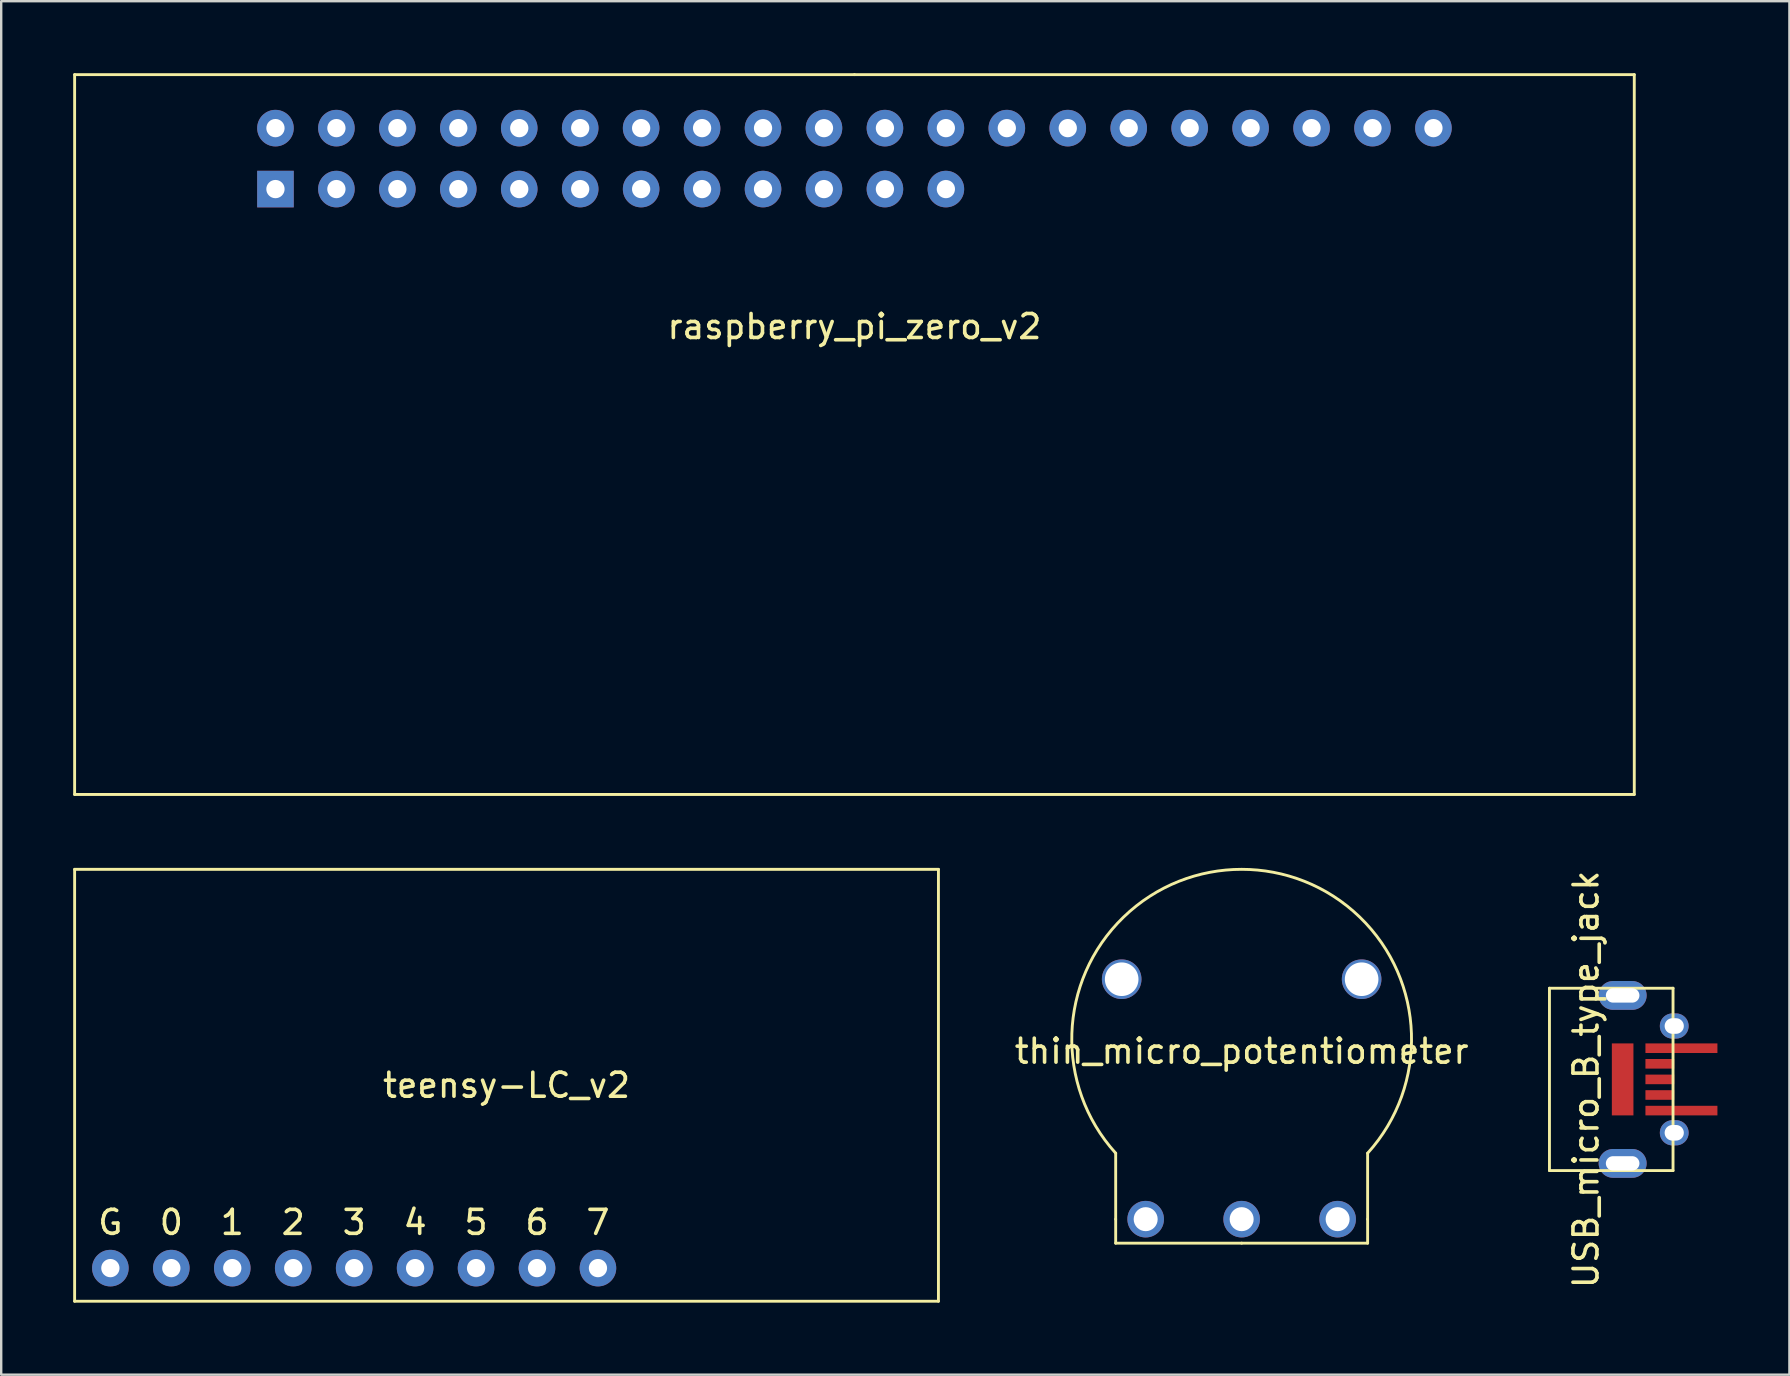
<source format=kicad_pcb>
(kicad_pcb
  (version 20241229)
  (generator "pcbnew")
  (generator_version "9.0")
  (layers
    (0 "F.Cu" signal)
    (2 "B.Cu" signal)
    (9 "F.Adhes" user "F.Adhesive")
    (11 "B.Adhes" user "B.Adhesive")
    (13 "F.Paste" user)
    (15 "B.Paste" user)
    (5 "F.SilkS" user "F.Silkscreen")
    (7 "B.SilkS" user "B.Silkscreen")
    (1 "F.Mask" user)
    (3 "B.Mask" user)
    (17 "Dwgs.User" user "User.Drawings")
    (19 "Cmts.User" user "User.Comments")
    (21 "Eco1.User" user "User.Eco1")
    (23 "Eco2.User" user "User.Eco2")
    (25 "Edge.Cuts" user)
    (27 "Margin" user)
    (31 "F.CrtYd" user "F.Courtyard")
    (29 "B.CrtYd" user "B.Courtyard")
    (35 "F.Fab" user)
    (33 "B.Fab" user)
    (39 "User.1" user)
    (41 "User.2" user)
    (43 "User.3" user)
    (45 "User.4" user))
  (footprint "USB_micro_B_type_jack"
    (layer "F.Cu")
    (at 61.525 41.935)
    (property "Reference" "USB_micro_B_type_jack" (at 1.524 0 90) (layer "F.SilkS") (effects (font (size 1 1) (thickness 0.15))))
    (attr through_hole)
    (fp_line (start 0 -3.8) (end 0 3.8) (stroke (width 0.12) (type solid)) (layer "F.SilkS"))
    (fp_line (start 0 -3.8) (end 5.15 -3.8) (stroke (width 0.12) (type solid)) (layer "F.SilkS"))
    (fp_line (start 0 3.8) (end 5.15 3.8) (stroke (width 0.12) (type solid)) (layer "F.SilkS"))
    (fp_line (start 5.15 -3.8) (end 5.15 3.8) (stroke (width 0.12) (type solid)) (layer "F.SilkS"))
    (pad "" thru_hole oval (at 3.05 -3.5) (size 2 1.2) (drill oval 1.4 0.6) (layers "*.Cu" "*.Mask"))
    (pad "" smd rect (at 3.05 0) (size 0.9 3) (layers "F.Cu" "F.Mask" "F.Paste"))
    (pad "" thru_hole oval (at 3.05 3.5) (size 2 1.2) (drill oval 1.4 0.6) (layers "*.Cu" "*.Mask"))
    (pad "" thru_hole oval (at 5.2 -2.225) (size 1.2 1.05) (drill oval 0.8 0.65) (layers "*.Cu" "*.Mask"))
    (pad "" thru_hole oval (at 5.2 2.225) (size 1.2 1.05) (drill oval 0.8 0.65) (layers "*.Cu" "*.Mask"))
    (pad "1" smd rect (at 5.5 -1.3) (size 3 0.4) (layers "F.Cu" "F.Mask" "F.Paste"))
    (pad "2" smd rect (at 4.6 -0.65) (size 1.2 0.4) (layers "F.Cu" "F.Mask" "F.Paste"))
    (pad "3" smd rect (at 4.6 0) (size 1.2 0.4) (layers "F.Cu" "F.Mask" "F.Paste"))
    (pad "4" smd rect (at 4.6 0.65) (size 1.2 0.4) (layers "F.Cu" "F.Mask" "F.Paste"))
    (pad "5" smd rect (at 5.5 1.3) (size 3 0.4) (layers "F.Cu" "F.Mask" "F.Paste")))
  (footprint "teensy-LC_v2"
    (layer "F.Cu")
    (at 18.06 42.18)
    (property "Reference" "teensy-LC_v2" (at 0 0 0) (layer "F.SilkS") (effects (font (size 1 1) (thickness 0.15))))
    (attr through_hole)
    (fp_line (start -18 -9) (end 18 -9) (stroke (width 0.12) (type solid)) (layer "F.SilkS"))
    (fp_line (start -18 9) (end -18 -9) (stroke (width 0.12) (type solid)) (layer "F.SilkS"))
    (fp_line (start 18 -9) (end 18 9) (stroke (width 0.12) (type solid)) (layer "F.SilkS"))
    (fp_line (start 18 9) (end -18 9) (stroke (width 0.12) (type solid)) (layer "F.SilkS"))
    (fp_text user "2" (at -8.89 5.715 0) (layer "F.SilkS") (effects (font (size 1 1) (thickness 0.15))))
    (fp_text user "4" (at -3.81 5.715 0) (layer "F.SilkS") (effects (font (size 1 1) (thickness 0.15))))
    (fp_text user "6" (at 1.27 5.715 0) (layer "F.SilkS") (effects (font (size 1 1) (thickness 0.15))))
    (fp_text user "G" (at -16.51 5.715 0) (layer "F.SilkS") (effects (font (size 1 1) (thickness 0.15))))
    (fp_text user "5" (at -1.27 5.715 0) (layer "F.SilkS") (effects (font (size 1 1) (thickness 0.15))))
    (fp_text user "1" (at -11.43 5.715 0) (layer "F.SilkS") (effects (font (size 1 1) (thickness 0.15))))
    (fp_text user "0" (at -13.97 5.715 0) (layer "F.SilkS") (effects (font (size 1 1) (thickness 0.15))))
    (fp_text user "7" (at 3.81 5.715 0) (layer "F.SilkS") (effects (font (size 1 1) (thickness 0.15))))
    (fp_text user "3" (at -6.35 5.715 0) (layer "F.SilkS") (effects (font (size 1 1) (thickness 0.15))))
    (pad "1" thru_hole circle (at -16.51 7.62) (size 1.524 1.524) (drill 0.762) (layers "*.Cu" "*.Mask"))
    (pad "2" thru_hole circle (at -13.97 7.62) (size 1.524 1.524) (drill 0.762) (layers "*.Cu" "*.Mask"))
    (pad "3" thru_hole circle (at -11.43 7.62) (size 1.524 1.524) (drill 0.762) (layers "*.Cu" "*.Mask"))
    (pad "4" thru_hole circle (at -8.89 7.62) (size 1.524 1.524) (drill 0.762) (layers "*.Cu" "*.Mask"))
    (pad "5" thru_hole circle (at -6.35 7.62) (size 1.524 1.524) (drill 0.762) (layers "*.Cu" "*.Mask"))
    (pad "6" thru_hole circle (at -3.81 7.62) (size 1.524 1.524) (drill 0.762) (layers "*.Cu" "*.Mask"))
    (pad "7" thru_hole circle (at -1.27 7.62) (size 1.524 1.524) (drill 0.762) (layers "*.Cu" "*.Mask"))
    (pad "8" thru_hole circle (at 1.27 7.62) (size 1.524 1.524) (drill 0.762) (layers "*.Cu" "*.Mask"))
    (pad "9" thru_hole circle (at 3.81 7.62) (size 1.524 1.524) (drill 0.762) (layers "*.Cu" "*.Mask")))
  (footprint "raspberry_pi_zero_v2"
    (layer "F.Cu")
    (at 32.56 3.56)
    (property "Reference" "raspberry_pi_zero_v2" (at 0 7 0) (layer "F.SilkS") (effects (font (size 1 1) (thickness 0.15))))
    (attr through_hole)
    (fp_line (start -32.5 26.5) (end -32.5 -3.5) (stroke (width 0.12) (type solid)) (layer "F.SilkS"))
    (fp_line (start 0 -3.5) (end -32.5 -3.5) (stroke (width 0.12) (type solid)) (layer "F.SilkS"))
    (fp_line (start 0 -3.5) (end 32.5 -3.5) (stroke (width 0.12) (type solid)) (layer "F.SilkS"))
    (fp_line (start 32.5 -3.5) (end 32.5 26.5) (stroke (width 0.12) (type solid)) (layer "F.SilkS"))
    (fp_line (start 32.5 26.5) (end -32.5 26.5) (stroke (width 0.12) (type solid)) (layer "F.SilkS"))
    (pad "1" thru_hole rect (at -24.13 1.27) (size 1.524 1.524) (drill 0.762) (layers "*.Cu" "*.Mask"))
    (pad "2" thru_hole circle (at -24.13 -1.27) (size 1.524 1.524) (drill 0.762) (layers "*.Cu" "*.Mask"))
    (pad "3" thru_hole circle (at -21.59 1.27) (size 1.524 1.524) (drill 0.762) (layers "*.Cu" "*.Mask"))
    (pad "4" thru_hole circle (at -21.59 -1.27) (size 1.524 1.524) (drill 0.762) (layers "*.Cu" "*.Mask"))
    (pad "5" thru_hole circle (at -19.05 1.27) (size 1.524 1.524) (drill 0.762) (layers "*.Cu" "*.Mask"))
    (pad "6" thru_hole circle (at -19.05 -1.27) (size 1.524 1.524) (drill 0.762) (layers "*.Cu" "*.Mask"))
    (pad "7" thru_hole circle (at -16.51 1.27) (size 1.524 1.524) (drill 0.762) (layers "*.Cu" "*.Mask"))
    (pad "8" thru_hole circle (at -16.51 -1.27) (size 1.524 1.524) (drill 0.762) (layers "*.Cu" "*.Mask"))
    (pad "9" thru_hole circle (at -13.97 1.27) (size 1.524 1.524) (drill 0.762) (layers "*.Cu" "*.Mask"))
    (pad "10" thru_hole circle (at -13.97 -1.27) (size 1.524 1.524) (drill 0.762) (layers "*.Cu" "*.Mask"))
    (pad "11" thru_hole circle (at -11.43 1.27) (size 1.524 1.524) (drill 0.762) (layers "*.Cu" "*.Mask"))
    (pad "12" thru_hole circle (at -11.43 -1.27) (size 1.524 1.524) (drill 0.762) (layers "*.Cu" "*.Mask"))
    (pad "13" thru_hole circle (at -8.89 1.27) (size 1.524 1.524) (drill 0.762) (layers "*.Cu" "*.Mask"))
    (pad "14" thru_hole circle (at -8.89 -1.27) (size 1.524 1.524) (drill 0.762) (layers "*.Cu" "*.Mask"))
    (pad "15" thru_hole circle (at -6.35 1.27) (size 1.524 1.524) (drill 0.762) (layers "*.Cu" "*.Mask"))
    (pad "16" thru_hole circle (at -6.35 -1.27) (size 1.524 1.524) (drill 0.762) (layers "*.Cu" "*.Mask"))
    (pad "17" thru_hole circle (at -3.81 1.27) (size 1.524 1.524) (drill 0.762) (layers "*.Cu" "*.Mask"))
    (pad "18" thru_hole circle (at -3.81 -1.27) (size 1.524 1.524) (drill 0.762) (layers "*.Cu" "*.Mask"))
    (pad "19" thru_hole circle (at -1.27 1.27) (size 1.524 1.524) (drill 0.762) (layers "*.Cu" "*.Mask"))
    (pad "20" thru_hole circle (at -1.27 -1.27) (size 1.524 1.524) (drill 0.762) (layers "*.Cu" "*.Mask"))
    (pad "21" thru_hole circle (at 1.27 1.27) (size 1.524 1.524) (drill 0.762) (layers "*.Cu" "*.Mask"))
    (pad "22" thru_hole circle (at 1.27 -1.27) (size 1.524 1.524) (drill 0.762) (layers "*.Cu" "*.Mask"))
    (pad "23" thru_hole circle (at 3.81 1.27) (size 1.524 1.524) (drill 0.762) (layers "*.Cu" "*.Mask"))
    (pad "24" thru_hole circle (at 3.81 -1.27) (size 1.524 1.524) (drill 0.762) (layers "*.Cu" "*.Mask"))
    (pad "26" thru_hole circle (at 6.35 -1.27) (size 1.524 1.524) (drill 0.762) (layers "*.Cu" "*.Mask"))
    (pad "28" thru_hole circle (at 8.89 -1.27) (size 1.524 1.524) (drill 0.762) (layers "*.Cu" "*.Mask"))
    (pad "30" thru_hole circle (at 11.43 -1.27) (size 1.524 1.524) (drill 0.762) (layers "*.Cu" "*.Mask"))
    (pad "32" thru_hole circle (at 13.97 -1.27) (size 1.524 1.524) (drill 0.762) (layers "*.Cu" "*.Mask"))
    (pad "34" thru_hole circle (at 16.51 -1.27) (size 1.524 1.524) (drill 0.762) (layers "*.Cu" "*.Mask"))
    (pad "36" thru_hole circle (at 19.05 -1.27) (size 1.524 1.524) (drill 0.762) (layers "*.Cu" "*.Mask"))
    (pad "38" thru_hole circle (at 21.59 -1.27) (size 1.524 1.524) (drill 0.762) (layers "*.Cu" "*.Mask"))
    (pad "40" thru_hole circle (at 24.13 -1.27) (size 1.524 1.524) (drill 0.762) (layers "*.Cu" "*.Mask")))
  (footprint "thin_micro_potentiometer"
    (layer "F.Cu")
    (at 48.697 40.26)
    (property "Reference" "thin_micro_potentiometer" (at 0 0.5 0) (layer "F.SilkS") (effects (font (size 1 1) (thickness 0.15))))
    (attr through_hole)
    (fp_line (start -5.25 7.5) (end -5.25 4.75) (stroke (width 0.12) (type solid)) (layer "F.SilkS"))
    (fp_line (start -5.25 8.5) (end -5.25 7.5) (stroke (width 0.12) (type solid)) (layer "F.SilkS"))
    (fp_line (start 0 8.5) (end -5.25 8.5) (stroke (width 0.12) (type solid)) (layer "F.SilkS"))
    (fp_line (start 0 8.5) (end 5.25 8.5) (stroke (width 0.12) (type solid)) (layer "F.SilkS"))
    (fp_line (start 5.25 7.5) (end 5.25 4.75) (stroke (width 0.12) (type solid)) (layer "F.SilkS"))
    (fp_line (start 5.25 8.5) (end 5.25 7.5) (stroke (width 0.12) (type solid)) (layer "F.SilkS"))
    (fp_arc (start -5.249999 4.749999) (mid 0 -7.0799) (end 5.249999 4.749999) (stroke (width 0.12) (type solid)) (layer "F.SilkS"))
    (pad "" thru_hole circle (at -5 -2.5) (size 1.65 1.65) (drill 1.4) (layers "*.Cu" "*.Mask"))
    (pad "" thru_hole circle (at 5 -2.5) (size 1.65 1.65) (drill 1.4) (layers "*.Cu" "*.Mask"))
    (pad "1" thru_hole circle (at -4 7.5) (size 1.524 1.524) (drill 1) (layers "*.Cu" "*.Mask"))
    (pad "2" thru_hole circle (at 0 7.5) (size 1.524 1.524) (drill 1) (layers "*.Cu" "*.Mask"))
    (pad "3" thru_hole circle (at 4 7.5) (size 1.524 1.524) (drill 1) (layers "*.Cu" "*.Mask")))
  (gr_rect
    (start -3 -3)
    (end 71.525 54.24)
    (stroke (width 0.1) (type default))
    (fill no)
    (layer "Edge.Cuts")))
</source>
